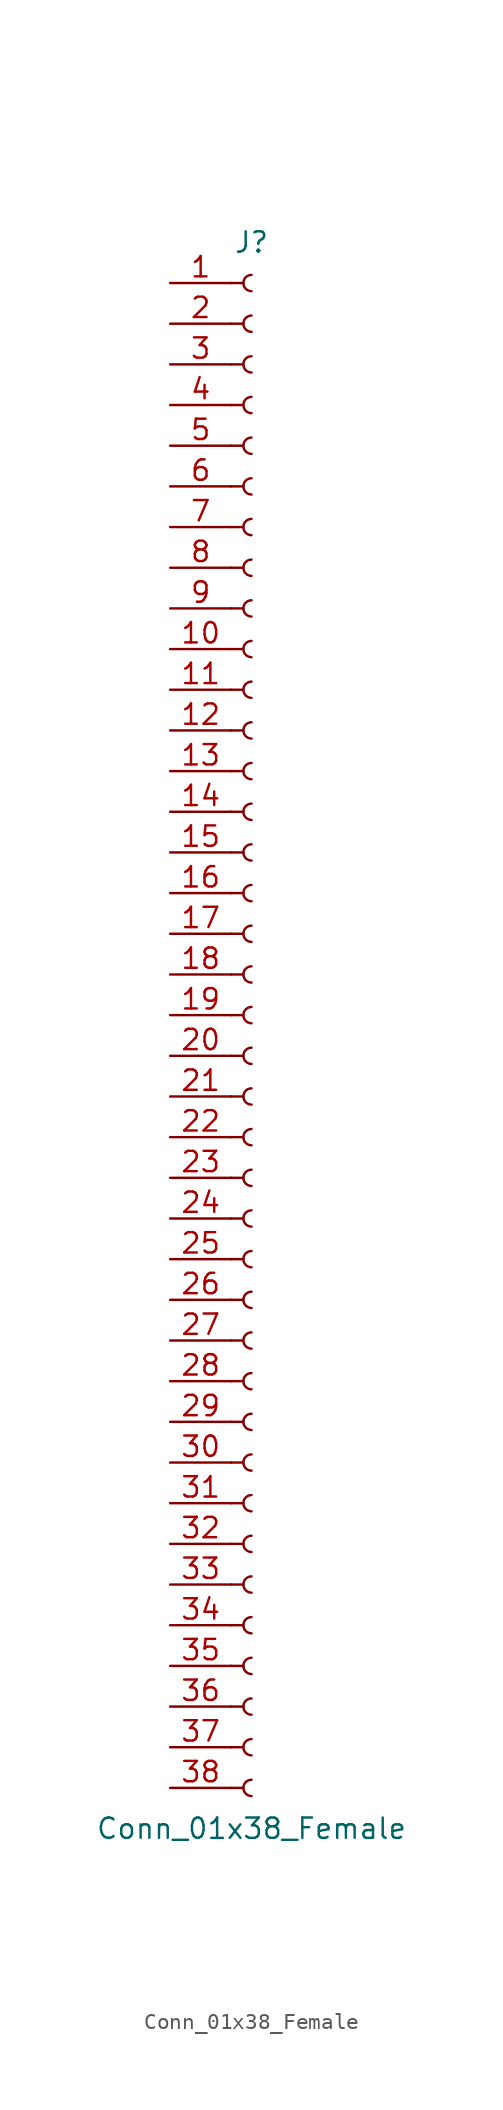
<source format=kicad_sym>
(kicad_symbol_lib
  (version 20231120)
  (generator "kicad_symbol_editor")
  (generator_version "8.0")
  (symbol "Conn_01x38_Female"
    (pin_names
      (offset 1.016) hide)
    (property "Reference" "J"
      (at 0 48.26 0)
      (effects (font (size 1.27 1.27))))
    (property "Value" "Conn_01x38_Female"
      (at 0 -50.8 0)
      (effects (font (size 1.27 1.27))))
    (symbol "Conn_01x38_Female_1_1"
      (arc (start 0 -47.752) (mid -0.5058 -48.26) (end 0 -48.768) (stroke (width 0.1524) (type default)) (fill (type none)))
      (arc (start 0 -45.212) (mid -0.5058 -45.72) (end 0 -46.228) (stroke (width 0.1524) (type default)) (fill (type none)))
      (arc (start 0 -42.672) (mid -0.5058 -43.18) (end 0 -43.688) (stroke (width 0.1524) (type default)) (fill (type none)))
      (arc (start 0 -40.132) (mid -0.5058 -40.64) (end 0 -41.148) (stroke (width 0.1524) (type default)) (fill (type none)))
      (arc (start 0 -37.592) (mid -0.5058 -38.1) (end 0 -38.608) (stroke (width 0.1524) (type default)) (fill (type none)))
      (arc (start 0 -35.052) (mid -0.5058 -35.56) (end 0 -36.068) (stroke (width 0.1524) (type default)) (fill (type none)))
      (arc (start 0 -32.512) (mid -0.5058 -33.02) (end 0 -33.528) (stroke (width 0.1524) (type default)) (fill (type none)))
      (arc (start 0 -29.972) (mid -0.5058 -30.48) (end 0 -30.988) (stroke (width 0.1524) (type default)) (fill (type none)))
      (arc (start 0 -27.432) (mid -0.5058 -27.94) (end 0 -28.448) (stroke (width 0.1524) (type default)) (fill (type none)))
      (arc (start 0 -24.892) (mid -0.5058 -25.4) (end 0 -25.908) (stroke (width 0.1524) (type default)) (fill (type none)))
      (arc (start 0 -22.352) (mid -0.5058 -22.86) (end 0 -23.368) (stroke (width 0.1524) (type default)) (fill (type none)))
      (arc (start 0 -19.812) (mid -0.5058 -20.32) (end 0 -20.828) (stroke (width 0.1524) (type default)) (fill (type none)))
      (arc (start 0 -17.272) (mid -0.5058 -17.78) (end 0 -18.288) (stroke (width 0.1524) (type default)) (fill (type none)))
      (arc (start 0 -14.732) (mid -0.5058 -15.24) (end 0 -15.748) (stroke (width 0.1524) (type default)) (fill (type none)))
      (arc (start 0 -12.192) (mid -0.5058 -12.7) (end 0 -13.208) (stroke (width 0.1524) (type default)) (fill (type none)))
      (arc (start 0 -9.652) (mid -0.5058 -10.16) (end 0 -10.668) (stroke (width 0.1524) (type default)) (fill (type none)))
      (arc (start 0 -7.112) (mid -0.5058 -7.62) (end 0 -8.128) (stroke (width 0.1524) (type default)) (fill (type none)))
      (arc (start 0 -4.572) (mid -0.5058 -5.08) (end 0 -5.588) (stroke (width 0.1524) (type default)) (fill (type none)))
      (arc (start 0 -2.032) (mid -0.5058 -2.54) (end 0 -3.048) (stroke (width 0.1524) (type default)) (fill (type none)))
      (polyline (pts (xy -1.27 -48.26) (xy -0.508 -48.26)) (stroke (width 0.152) (type default)) (fill (type none)))
      (polyline (pts (xy -1.27 -45.72) (xy -0.508 -45.72)) (stroke (width 0.152) (type default)) (fill (type none)))
      (polyline (pts (xy -1.27 -43.18) (xy -0.508 -43.18)) (stroke (width 0.152) (type default)) (fill (type none)))
      (polyline (pts (xy -1.27 -40.64) (xy -0.508 -40.64)) (stroke (width 0.152) (type default)) (fill (type none)))
      (polyline (pts (xy -1.27 -38.1) (xy -0.508 -38.1)) (stroke (width 0.152) (type default)) (fill (type none)))
      (polyline (pts (xy -1.27 -35.56) (xy -0.508 -35.56)) (stroke (width 0.152) (type default)) (fill (type none)))
      (polyline (pts (xy -1.27 -33.02) (xy -0.508 -33.02)) (stroke (width 0.152) (type default)) (fill (type none)))
      (polyline (pts (xy -1.27 -30.48) (xy -0.508 -30.48)) (stroke (width 0.152) (type default)) (fill (type none)))
      (polyline (pts (xy -1.27 -27.94) (xy -0.508 -27.94)) (stroke (width 0.152) (type default)) (fill (type none)))
      (polyline (pts (xy -1.27 -25.4) (xy -0.508 -25.4)) (stroke (width 0.152) (type default)) (fill (type none)))
      (polyline (pts (xy -1.27 -22.86) (xy -0.508 -22.86)) (stroke (width 0.152) (type default)) (fill (type none)))
      (polyline (pts (xy -1.27 -20.32) (xy -0.508 -20.32)) (stroke (width 0.152) (type default)) (fill (type none)))
      (polyline (pts (xy -1.27 -17.78) (xy -0.508 -17.78)) (stroke (width 0.152) (type default)) (fill (type none)))
      (polyline (pts (xy -1.27 -15.24) (xy -0.508 -15.24)) (stroke (width 0.152) (type default)) (fill (type none)))
      (polyline (pts (xy -1.27 -12.7) (xy -0.508 -12.7)) (stroke (width 0.152) (type default)) (fill (type none)))
      (polyline (pts (xy -1.27 -10.16) (xy -0.508 -10.16)) (stroke (width 0.152) (type default)) (fill (type none)))
      (polyline (pts (xy -1.27 -7.62) (xy -0.508 -7.62)) (stroke (width 0.152) (type default)) (fill (type none)))
      (polyline (pts (xy -1.27 -5.08) (xy -0.508 -5.08)) (stroke (width 0.152) (type default)) (fill (type none)))
      (polyline (pts (xy -1.27 -2.54) (xy -0.508 -2.54)) (stroke (width 0.152) (type default)) (fill (type none)))
      (polyline (pts (xy -1.27 0) (xy -0.508 0)) (stroke (width 0.152) (type default)) (fill (type none)))
      (polyline (pts (xy -1.27 2.54) (xy -0.508 2.54)) (stroke (width 0.152) (type default)) (fill (type none)))
      (polyline (pts (xy -1.27 5.08) (xy -0.508 5.08)) (stroke (width 0.152) (type default)) (fill (type none)))
      (polyline (pts (xy -1.27 7.62) (xy -0.508 7.62)) (stroke (width 0.152) (type default)) (fill (type none)))
      (polyline (pts (xy -1.27 10.16) (xy -0.508 10.16)) (stroke (width 0.152) (type default)) (fill (type none)))
      (polyline (pts (xy -1.27 12.7) (xy -0.508 12.7)) (stroke (width 0.152) (type default)) (fill (type none)))
      (polyline (pts (xy -1.27 15.24) (xy -0.508 15.24)) (stroke (width 0.152) (type default)) (fill (type none)))
      (polyline (pts (xy -1.27 17.78) (xy -0.508 17.78)) (stroke (width 0.152) (type default)) (fill (type none)))
      (polyline (pts (xy -1.27 20.32) (xy -0.508 20.32)) (stroke (width 0.152) (type default)) (fill (type none)))
      (polyline (pts (xy -1.27 22.86) (xy -0.508 22.86)) (stroke (width 0.152) (type default)) (fill (type none)))
      (polyline (pts (xy -1.27 25.4) (xy -0.508 25.4)) (stroke (width 0.152) (type default)) (fill (type none)))
      (polyline (pts (xy -1.27 27.94) (xy -0.508 27.94)) (stroke (width 0.152) (type default)) (fill (type none)))
      (polyline (pts (xy -1.27 30.48) (xy -0.508 30.48)) (stroke (width 0.152) (type default)) (fill (type none)))
      (polyline (pts (xy -1.27 33.02) (xy -0.508 33.02)) (stroke (width 0.152) (type default)) (fill (type none)))
      (polyline (pts (xy -1.27 35.56) (xy -0.508 35.56)) (stroke (width 0.152) (type default)) (fill (type none)))
      (polyline (pts (xy -1.27 38.1) (xy -0.508 38.1)) (stroke (width 0.152) (type default)) (fill (type none)))
      (polyline (pts (xy -1.27 40.64) (xy -0.508 40.64)) (stroke (width 0.152) (type default)) (fill (type none)))
      (polyline (pts (xy -1.27 43.18) (xy -0.508 43.18)) (stroke (width 0.152) (type default)) (fill (type none)))
      (polyline (pts (xy -1.27 45.72) (xy -0.508 45.72)) (stroke (width 0.152) (type default)) (fill (type none)))
      (arc (start 0 0.508) (mid -0.5058 0) (end 0 -0.508) (stroke (width 0.1524) (type default)) (fill (type none)))
      (arc (start 0 3.048) (mid -0.5058 2.54) (end 0 2.032) (stroke (width 0.1524) (type default)) (fill (type none)))
      (arc (start 0 5.588) (mid -0.5058 5.08) (end 0 4.572) (stroke (width 0.1524) (type default)) (fill (type none)))
      (arc (start 0 8.128) (mid -0.5058 7.62) (end 0 7.112) (stroke (width 0.1524) (type default)) (fill (type none)))
      (arc (start 0 10.668) (mid -0.5058 10.16) (end 0 9.652) (stroke (width 0.1524) (type default)) (fill (type none)))
      (arc (start 0 13.208) (mid -0.5058 12.7) (end 0 12.192) (stroke (width 0.1524) (type default)) (fill (type none)))
      (arc (start 0 15.748) (mid -0.5058 15.24) (end 0 14.732) (stroke (width 0.1524) (type default)) (fill (type none)))
      (arc (start 0 18.288) (mid -0.5058 17.78) (end 0 17.272) (stroke (width 0.1524) (type default)) (fill (type none)))
      (arc (start 0 20.828) (mid -0.5058 20.32) (end 0 19.812) (stroke (width 0.1524) (type default)) (fill (type none)))
      (arc (start 0 23.368) (mid -0.5058 22.86) (end 0 22.352) (stroke (width 0.1524) (type default)) (fill (type none)))
      (arc (start 0 25.908) (mid -0.5058 25.4) (end 0 24.892) (stroke (width 0.1524) (type default)) (fill (type none)))
      (arc (start 0 28.448) (mid -0.5058 27.94) (end 0 27.432) (stroke (width 0.1524) (type default)) (fill (type none)))
      (arc (start 0 30.988) (mid -0.5058 30.48) (end 0 29.972) (stroke (width 0.1524) (type default)) (fill (type none)))
      (arc (start 0 33.528) (mid -0.5058 33.02) (end 0 32.512) (stroke (width 0.1524) (type default)) (fill (type none)))
      (arc (start 0 36.068) (mid -0.5058 35.56) (end 0 35.052) (stroke (width 0.1524) (type default)) (fill (type none)))
      (arc (start 0 38.608) (mid -0.5058 38.1) (end 0 37.592) (stroke (width 0.1524) (type default)) (fill (type none)))
      (arc (start 0 41.148) (mid -0.5058 40.64) (end 0 40.132) (stroke (width 0.1524) (type default)) (fill (type none)))
      (arc (start 0 43.688) (mid -0.5058 43.18) (end 0 42.672) (stroke (width 0.1524) (type default)) (fill (type none)))
      (arc (start 0 46.228) (mid -0.5058 45.72) (end 0 45.212) (stroke (width 0.1524) (type default)) (fill (type none)))
      (pin passive line (at -5.08 45.72 0) (length 3.81) (name "Pin_1" (effects (font (size 1.27 1.27)))) (number "1" (effects (font (size 1.27 1.27)))))
      (pin passive line (at -5.08 22.86 0) (length 3.81) (name "Pin_10" (effects (font (size 1.27 1.27)))) (number "10" (effects (font (size 1.27 1.27)))))
      (pin passive line (at -5.08 20.32 0) (length 3.81) (name "Pin_11" (effects (font (size 1.27 1.27)))) (number "11" (effects (font (size 1.27 1.27)))))
      (pin passive line (at -5.08 17.78 0) (length 3.81) (name "Pin_12" (effects (font (size 1.27 1.27)))) (number "12" (effects (font (size 1.27 1.27)))))
      (pin passive line (at -5.08 15.24 0) (length 3.81) (name "Pin_13" (effects (font (size 1.27 1.27)))) (number "13" (effects (font (size 1.27 1.27)))))
      (pin passive line (at -5.08 12.7 0) (length 3.81) (name "Pin_14" (effects (font (size 1.27 1.27)))) (number "14" (effects (font (size 1.27 1.27)))))
      (pin passive line (at -5.08 10.16 0) (length 3.81) (name "Pin_15" (effects (font (size 1.27 1.27)))) (number "15" (effects (font (size 1.27 1.27)))))
      (pin passive line (at -5.08 7.62 0) (length 3.81) (name "Pin_16" (effects (font (size 1.27 1.27)))) (number "16" (effects (font (size 1.27 1.27)))))
      (pin passive line (at -5.08 5.08 0) (length 3.81) (name "Pin_17" (effects (font (size 1.27 1.27)))) (number "17" (effects (font (size 1.27 1.27)))))
      (pin passive line (at -5.08 2.54 0) (length 3.81) (name "Pin_18" (effects (font (size 1.27 1.27)))) (number "18" (effects (font (size 1.27 1.27)))))
      (pin passive line (at -5.08 0 0) (length 3.81) (name "Pin_19" (effects (font (size 1.27 1.27)))) (number "19" (effects (font (size 1.27 1.27)))))
      (pin passive line (at -5.08 43.18 0) (length 3.81) (name "Pin_2" (effects (font (size 1.27 1.27)))) (number "2" (effects (font (size 1.27 1.27)))))
      (pin passive line (at -5.08 -2.54 0) (length 3.81) (name "Pin_20" (effects (font (size 1.27 1.27)))) (number "20" (effects (font (size 1.27 1.27)))))
      (pin passive line (at -5.08 -5.08 0) (length 3.81) (name "Pin_21" (effects (font (size 1.27 1.27)))) (number "21" (effects (font (size 1.27 1.27)))))
      (pin passive line (at -5.08 -7.62 0) (length 3.81) (name "Pin_22" (effects (font (size 1.27 1.27)))) (number "22" (effects (font (size 1.27 1.27)))))
      (pin passive line (at -5.08 -10.16 0) (length 3.81) (name "Pin_23" (effects (font (size 1.27 1.27)))) (number "23" (effects (font (size 1.27 1.27)))))
      (pin passive line (at -5.08 -12.7 0) (length 3.81) (name "Pin_24" (effects (font (size 1.27 1.27)))) (number "24" (effects (font (size 1.27 1.27)))))
      (pin passive line (at -5.08 -15.24 0) (length 3.81) (name "Pin_25" (effects (font (size 1.27 1.27)))) (number "25" (effects (font (size 1.27 1.27)))))
      (pin passive line (at -5.08 -17.78 0) (length 3.81) (name "Pin_26" (effects (font (size 1.27 1.27)))) (number "26" (effects (font (size 1.27 1.27)))))
      (pin passive line (at -5.08 -20.32 0) (length 3.81) (name "Pin_27" (effects (font (size 1.27 1.27)))) (number "27" (effects (font (size 1.27 1.27)))))
      (pin passive line (at -5.08 -22.86 0) (length 3.81) (name "Pin_28" (effects (font (size 1.27 1.27)))) (number "28" (effects (font (size 1.27 1.27)))))
      (pin passive line (at -5.08 -25.4 0) (length 3.81) (name "Pin_29" (effects (font (size 1.27 1.27)))) (number "29" (effects (font (size 1.27 1.27)))))
      (pin passive line (at -5.08 40.64 0) (length 3.81) (name "Pin_3" (effects (font (size 1.27 1.27)))) (number "3" (effects (font (size 1.27 1.27)))))
      (pin passive line (at -5.08 -27.94 0) (length 3.81) (name "Pin_30" (effects (font (size 1.27 1.27)))) (number "30" (effects (font (size 1.27 1.27)))))
      (pin passive line (at -5.08 -30.48 0) (length 3.81) (name "Pin_31" (effects (font (size 1.27 1.27)))) (number "31" (effects (font (size 1.27 1.27)))))
      (pin passive line (at -5.08 -33.02 0) (length 3.81) (name "Pin_32" (effects (font (size 1.27 1.27)))) (number "32" (effects (font (size 1.27 1.27)))))
      (pin passive line (at -5.08 -35.56 0) (length 3.81) (name "Pin_33" (effects (font (size 1.27 1.27)))) (number "33" (effects (font (size 1.27 1.27)))))
      (pin passive line (at -5.08 -38.1 0) (length 3.81) (name "Pin_34" (effects (font (size 1.27 1.27)))) (number "34" (effects (font (size 1.27 1.27)))))
      (pin passive line (at -5.08 -40.64 0) (length 3.81) (name "Pin_35" (effects (font (size 1.27 1.27)))) (number "35" (effects (font (size 1.27 1.27)))))
      (pin passive line (at -5.08 -43.18 0) (length 3.81) (name "Pin_36" (effects (font (size 1.27 1.27)))) (number "36" (effects (font (size 1.27 1.27)))))
      (pin passive line (at -5.08 -45.72 0) (length 3.81) (name "Pin_37" (effects (font (size 1.27 1.27)))) (number "37" (effects (font (size 1.27 1.27)))))
      (pin passive line (at -5.08 -48.26 0) (length 3.81) (name "Pin_38" (effects (font (size 1.27 1.27)))) (number "38" (effects (font (size 1.27 1.27)))))
      (pin passive line (at -5.08 38.1 0) (length 3.81) (name "Pin_4" (effects (font (size 1.27 1.27)))) (number "4" (effects (font (size 1.27 1.27)))))
      (pin passive line (at -5.08 35.56 0) (length 3.81) (name "Pin_5" (effects (font (size 1.27 1.27)))) (number "5" (effects (font (size 1.27 1.27)))))
      (pin passive line (at -5.08 33.02 0) (length 3.81) (name "Pin_6" (effects (font (size 1.27 1.27)))) (number "6" (effects (font (size 1.27 1.27)))))
      (pin passive line (at -5.08 30.48 0) (length 3.81) (name "Pin_7" (effects (font (size 1.27 1.27)))) (number "7" (effects (font (size 1.27 1.27)))))
      (pin passive line (at -5.08 27.94 0) (length 3.81) (name "Pin_8" (effects (font (size 1.27 1.27)))) (number "8" (effects (font (size 1.27 1.27)))))
      (pin passive line (at -5.08 25.4 0) (length 3.81) (name "Pin_9" (effects (font (size 1.27 1.27)))) (number "9" (effects (font (size 1.27 1.27))))))))
</source>
